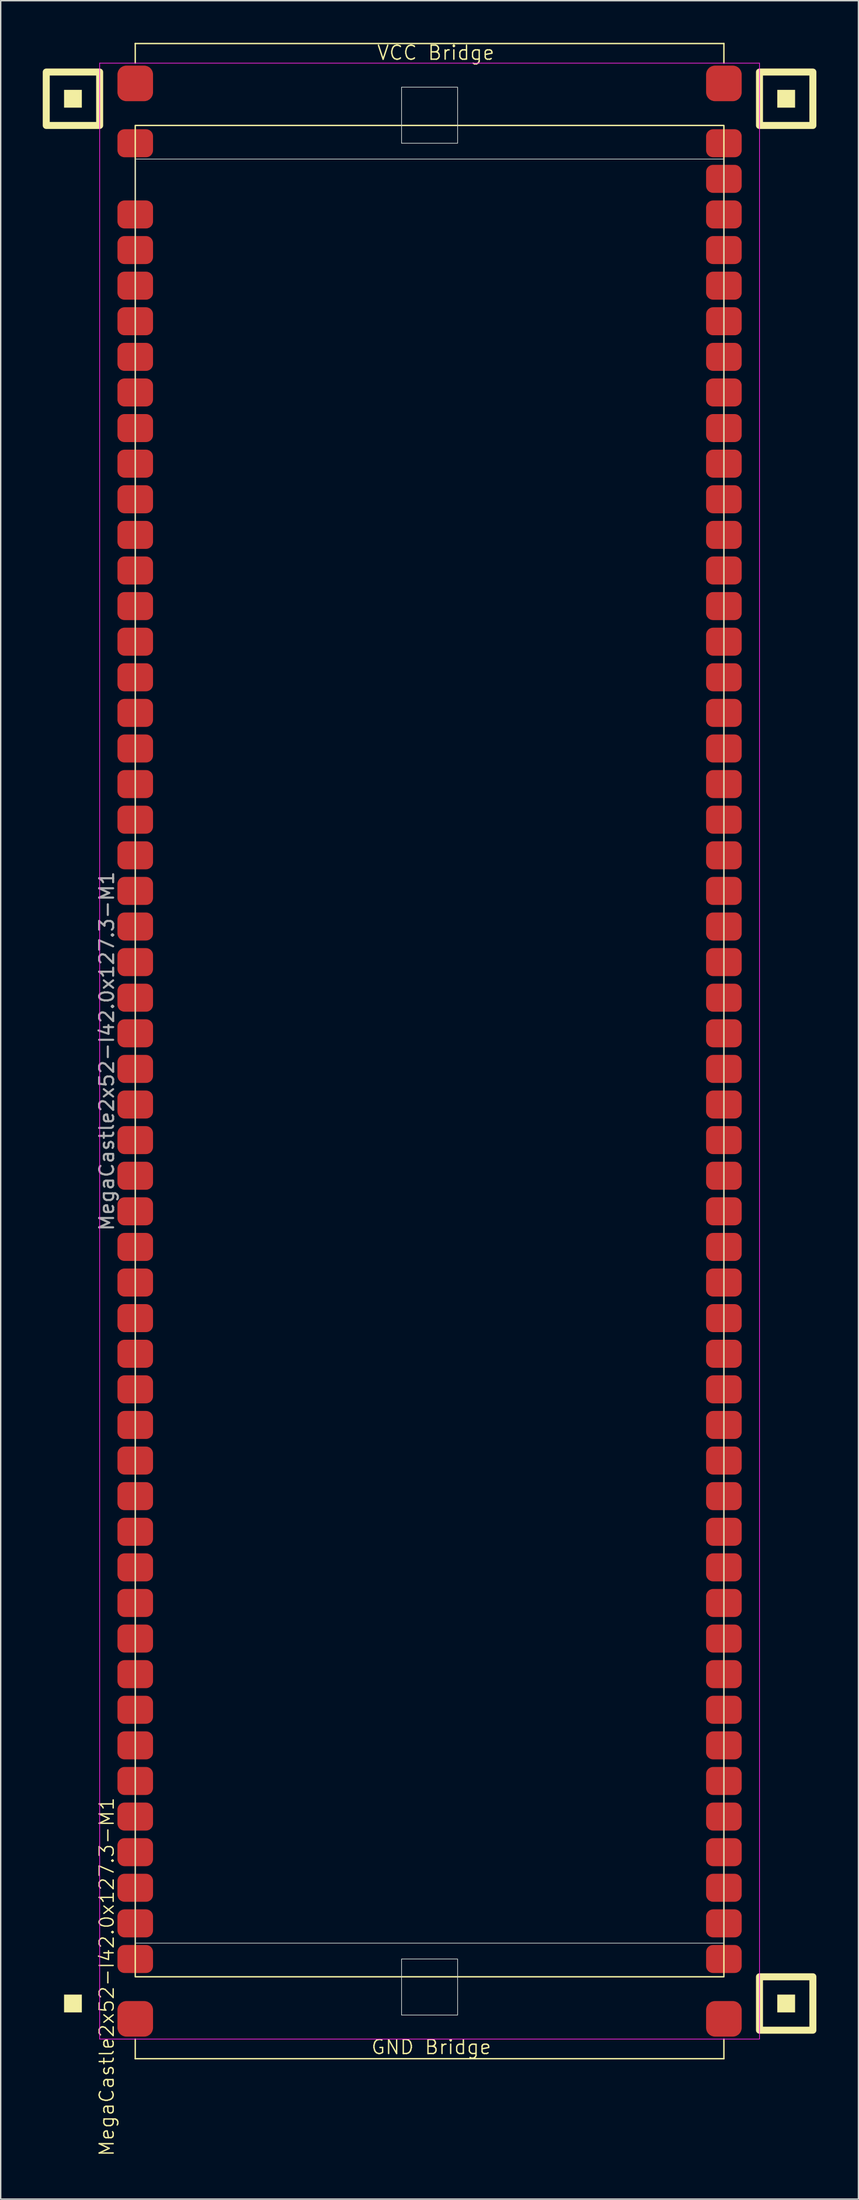
<source format=kicad_pcb>
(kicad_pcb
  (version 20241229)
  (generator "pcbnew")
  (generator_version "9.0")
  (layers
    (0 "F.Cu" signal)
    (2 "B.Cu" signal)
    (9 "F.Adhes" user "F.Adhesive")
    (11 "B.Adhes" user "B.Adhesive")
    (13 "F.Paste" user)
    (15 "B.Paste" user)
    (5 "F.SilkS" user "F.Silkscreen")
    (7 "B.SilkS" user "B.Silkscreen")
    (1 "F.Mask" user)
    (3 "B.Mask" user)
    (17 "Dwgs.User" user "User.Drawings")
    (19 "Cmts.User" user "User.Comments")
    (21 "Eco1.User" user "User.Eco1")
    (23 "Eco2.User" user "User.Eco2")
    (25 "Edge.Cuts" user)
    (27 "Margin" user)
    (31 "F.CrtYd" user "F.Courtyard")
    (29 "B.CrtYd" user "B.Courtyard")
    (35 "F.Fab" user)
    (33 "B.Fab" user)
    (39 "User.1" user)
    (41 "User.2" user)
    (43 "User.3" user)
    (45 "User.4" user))
  (footprint "MegaCastle2x52-I42.0x127.3-M1"
    (layer "F.Cu")
    (at 27.6 71.94)
    (property "Reference" "MegaCastle2x52-I42.0x127.3-M1" (at -23.032 66.04 90) (unlocked yes) (layer "F.SilkS") (effects (font (size 1 1) (thickness 0.1))))
    (attr smd)
    (fp_line (start -21 -71.885) (end 21 -71.885) (stroke (width 0.1) (type default)) (layer "F.SilkS"))
    (fp_line (start -21 -70.485) (end -21 -71.885) (stroke (width 0.1) (type default)) (layer "F.SilkS"))
    (fp_line (start -21 70.485) (end -21 71.885) (stroke (width 0.1) (type default)) (layer "F.SilkS"))
    (fp_line (start -21 71.885) (end 21 71.885) (stroke (width 0.1) (type default)) (layer "F.SilkS"))
    (fp_line (start 21 -70.485) (end 21 -71.885) (stroke (width 0.1) (type default)) (layer "F.SilkS"))
    (fp_line (start 21 70.485) (end 21 71.885) (stroke (width 0.1) (type default)) (layer "F.SilkS"))
    (fp_rect (start -24.81 -67.31) (end -26.08 -68.58) (stroke (width 0) (type solid)) (fill yes) (layer "F.SilkS"))
    (fp_rect (start -24.81 68.58) (end -26.08 67.31) (stroke (width 0) (type solid)) (fill yes) (layer "F.SilkS"))
    (fp_rect (start -23.54 -66.04) (end -27.35 -69.85) (stroke (width 0.5) (type default)) (fill no) (layer "F.SilkS"))
    (fp_rect (start -21 -66.04) (end 21 66.04) (stroke (width 0.1) (type default)) (fill no) (layer "F.SilkS"))
    (fp_rect (start 26.08 -67.31) (end 24.81 -68.58) (stroke (width 0) (type solid)) (fill yes) (layer "F.SilkS"))
    (fp_rect (start 26.08 68.58) (end 24.81 67.31) (stroke (width 0) (type solid)) (fill yes) (layer "F.SilkS"))
    (fp_rect (start 27.35 -66.04) (end 23.54 -69.85) (stroke (width 0.5) (type default)) (fill no) (layer "F.SilkS"))
    (fp_rect (start 27.35 69.85) (end 23.54 66.04) (stroke (width 0.5) (type default)) (fill no) (layer "F.SilkS"))
    (fp_rect (start -21 -63.64) (end 21 63.64) (stroke (width 0.05) (type default)) (fill no) (layer "Edge.Cuts"))
    (fp_rect (start -2 -64.77) (end 2 -68.77) (stroke (width 0.05) (type default)) (fill no) (layer "Edge.Cuts"))
    (fp_rect (start -2 64.77) (end 2 68.77) (stroke (width 0.05) (type default)) (fill no) (layer "Edge.Cuts"))
    (fp_line (start -23.54 -70.485) (end -23.54 70.485) (stroke (width 0.05) (type default)) (layer "F.CrtYd"))
    (fp_line (start -23.54 70.485) (end 23.54 70.485) (stroke (width 0.05) (type default)) (layer "F.CrtYd"))
    (fp_line (start 23.54 -70.485) (end -23.54 -70.485) (stroke (width 0.05) (type default)) (layer "F.CrtYd"))
    (fp_line (start 23.54 -70.485) (end 23.54 70.485) (stroke (width 0.05) (type default)) (layer "F.CrtYd"))
    (fp_text user "GND Bridge" (at -4.226 71.64 0) (unlocked yes) (layer "F.SilkS") (effects (font (size 1 1) (thickness 0.1)) (justify left bottom)))
    (fp_text user "VCC Bridge" (at -3.81 -70.64 0) (unlocked yes) (layer "F.SilkS") (effects (font (size 1 1) (thickness 0.1)) (justify left bottom)))
    (fp_text user "${REFERENCE}" (at -23.032 0 90) (unlocked yes) (layer "F.Fab") (effects (font (size 1 1) (thickness 0.15))))
    (pad "1" smd roundrect (at -21 -64.77) (size 2.54 2) (layers "F.Cu" "F.Mask" "F.Paste") (roundrect_rratio 0.25))
    (pad "3" smd roundrect (at -21 -59.69) (size 2.54 2) (layers "F.Cu" "F.Mask" "F.Paste") (roundrect_rratio 0.25))
    (pad "4" smd roundrect (at -21 -57.15) (size 2.54 2) (layers "F.Cu" "F.Mask" "F.Paste") (roundrect_rratio 0.25))
    (pad "5" smd roundrect (at -21 -54.61) (size 2.54 2) (layers "F.Cu" "F.Mask" "F.Paste") (roundrect_rratio 0.25))
    (pad "6" smd roundrect (at -21 -52.07) (size 2.54 2) (layers "F.Cu" "F.Mask" "F.Paste") (roundrect_rratio 0.25))
    (pad "7" smd roundrect (at -21 -49.53) (size 2.54 2) (layers "F.Cu" "F.Mask" "F.Paste") (roundrect_rratio 0.25))
    (pad "8" smd roundrect (at -21 -46.99) (size 2.54 2) (layers "F.Cu" "F.Mask" "F.Paste") (roundrect_rratio 0.25))
    (pad "9" smd roundrect (at -21 -44.45) (size 2.54 2) (layers "F.Cu" "F.Mask" "F.Paste") (roundrect_rratio 0.25))
    (pad "10" smd roundrect (at -21 -41.91) (size 2.54 2) (layers "F.Cu" "F.Mask" "F.Paste") (roundrect_rratio 0.25))
    (pad "11" smd roundrect (at -21 -39.37) (size 2.54 2) (layers "F.Cu" "F.Mask" "F.Paste") (roundrect_rratio 0.25))
    (pad "12" smd roundrect (at -21 -36.83) (size 2.54 2) (layers "F.Cu" "F.Mask" "F.Paste") (roundrect_rratio 0.25))
    (pad "13" smd roundrect (at -21 -34.29) (size 2.54 2) (layers "F.Cu" "F.Mask" "F.Paste") (roundrect_rratio 0.25))
    (pad "14" smd roundrect (at -21 -31.75) (size 2.54 2) (layers "F.Cu" "F.Mask" "F.Paste") (roundrect_rratio 0.25))
    (pad "15" smd roundrect (at -21 -29.21) (size 2.54 2) (layers "F.Cu" "F.Mask" "F.Paste") (roundrect_rratio 0.25))
    (pad "16" smd roundrect (at -21 -26.67) (size 2.54 2) (layers "F.Cu" "F.Mask" "F.Paste") (roundrect_rratio 0.25))
    (pad "17" smd roundrect (at -21 -24.13) (size 2.54 2) (layers "F.Cu" "F.Mask" "F.Paste") (roundrect_rratio 0.25))
    (pad "18" smd roundrect (at -21 -21.59) (size 2.54 2) (layers "F.Cu" "F.Mask" "F.Paste") (roundrect_rratio 0.25))
    (pad "19" smd roundrect (at -21 -19.05) (size 2.54 2) (layers "F.Cu" "F.Mask" "F.Paste") (roundrect_rratio 0.25))
    (pad "20" smd roundrect (at -21 -16.51) (size 2.54 2) (layers "F.Cu" "F.Mask" "F.Paste") (roundrect_rratio 0.25))
    (pad "21" smd roundrect (at -21 -13.97) (size 2.54 2) (layers "F.Cu" "F.Mask" "F.Paste") (roundrect_rratio 0.25))
    (pad "22" smd roundrect (at -21 -11.43) (size 2.54 2) (layers "F.Cu" "F.Mask" "F.Paste") (roundrect_rratio 0.25))
    (pad "23" smd roundrect (at -21 -8.89) (size 2.54 2) (layers "F.Cu" "F.Mask" "F.Paste") (roundrect_rratio 0.25))
    (pad "24" smd roundrect (at -21 -6.35) (size 2.54 2) (layers "F.Cu" "F.Mask" "F.Paste") (roundrect_rratio 0.25))
    (pad "25" smd roundrect (at -21 -3.81) (size 2.54 2) (layers "F.Cu" "F.Mask" "F.Paste") (roundrect_rratio 0.25))
    (pad "26" smd roundrect (at -21 -1.27) (size 2.54 2) (layers "F.Cu" "F.Mask" "F.Paste") (roundrect_rratio 0.25))
    (pad "27" smd roundrect (at -21 1.27) (size 2.54 2) (layers "F.Cu" "F.Mask" "F.Paste") (roundrect_rratio 0.25))
    (pad "28" smd roundrect (at -21 3.81) (size 2.54 2) (layers "F.Cu" "F.Mask" "F.Paste") (roundrect_rratio 0.25))
    (pad "29" smd roundrect (at -21 6.35) (size 2.54 2) (layers "F.Cu" "F.Mask" "F.Paste") (roundrect_rratio 0.25))
    (pad "30" smd roundrect (at -21 8.89) (size 2.54 2) (layers "F.Cu" "F.Mask" "F.Paste") (roundrect_rratio 0.25))
    (pad "31" smd roundrect (at -21 11.43) (size 2.54 2) (layers "F.Cu" "F.Mask" "F.Paste") (roundrect_rratio 0.25))
    (pad "32" smd roundrect (at -21 13.97) (size 2.54 2) (layers "F.Cu" "F.Mask" "F.Paste") (roundrect_rratio 0.25))
    (pad "33" smd roundrect (at -21 16.51) (size 2.54 2) (layers "F.Cu" "F.Mask" "F.Paste") (roundrect_rratio 0.25))
    (pad "34" smd roundrect (at -21 19.05) (size 2.54 2) (layers "F.Cu" "F.Mask" "F.Paste") (roundrect_rratio 0.25))
    (pad "35" smd roundrect (at -21 21.59) (size 2.54 2) (layers "F.Cu" "F.Mask" "F.Paste") (roundrect_rratio 0.25))
    (pad "36" smd roundrect (at -21 24.13) (size 2.54 2) (layers "F.Cu" "F.Mask" "F.Paste") (roundrect_rratio 0.25))
    (pad "37" smd roundrect (at -21 26.67) (size 2.54 2) (layers "F.Cu" "F.Mask" "F.Paste") (roundrect_rratio 0.25))
    (pad "38" smd roundrect (at -21 29.21) (size 2.54 2) (layers "F.Cu" "F.Mask" "F.Paste") (roundrect_rratio 0.25))
    (pad "39" smd roundrect (at -21 31.75) (size 2.54 2) (layers "F.Cu" "F.Mask" "F.Paste") (roundrect_rratio 0.25))
    (pad "40" smd roundrect (at -21 34.29) (size 2.54 2) (layers "F.Cu" "F.Mask" "F.Paste") (roundrect_rratio 0.25))
    (pad "41" smd roundrect (at -21 36.83) (size 2.54 2) (layers "F.Cu" "F.Mask" "F.Paste") (roundrect_rratio 0.25))
    (pad "42" smd roundrect (at -21 39.37) (size 2.54 2) (layers "F.Cu" "F.Mask" "F.Paste") (roundrect_rratio 0.25))
    (pad "43" smd roundrect (at -21 41.91) (size 2.54 2) (layers "F.Cu" "F.Mask" "F.Paste") (roundrect_rratio 0.25))
    (pad "44" smd roundrect (at -21 44.45) (size 2.54 2) (layers "F.Cu" "F.Mask" "F.Paste") (roundrect_rratio 0.25))
    (pad "45" smd roundrect (at -21 46.99) (size 2.54 2) (layers "F.Cu" "F.Mask" "F.Paste") (roundrect_rratio 0.25))
    (pad "46" smd roundrect (at -21 49.53) (size 2.54 2) (layers "F.Cu" "F.Mask" "F.Paste") (roundrect_rratio 0.25))
    (pad "47" smd roundrect (at -21 52.07) (size 2.54 2) (layers "F.Cu" "F.Mask" "F.Paste") (roundrect_rratio 0.25))
    (pad "48" smd roundrect (at -21 54.61) (size 2.54 2) (layers "F.Cu" "F.Mask" "F.Paste") (roundrect_rratio 0.25))
    (pad "49" smd roundrect (at -21 57.15) (size 2.54 2) (layers "F.Cu" "F.Mask" "F.Paste") (roundrect_rratio 0.25))
    (pad "50" smd roundrect (at -21 59.69) (size 2.54 2) (layers "F.Cu" "F.Mask" "F.Paste") (roundrect_rratio 0.25))
    (pad "51" smd roundrect (at -21 62.23) (size 2.54 2) (layers "F.Cu" "F.Mask" "F.Paste") (roundrect_rratio 0.25))
    (pad "52" smd roundrect (at -21 64.77) (size 2.54 2) (layers "F.Cu" "F.Mask" "F.Paste") (roundrect_rratio 0.25))
    (pad "53" smd roundrect (at 21 -64.77) (size 2.54 2) (layers "F.Cu" "F.Mask" "F.Paste") (roundrect_rratio 0.25))
    (pad "54" smd roundrect (at 21 -62.23) (size 2.54 2) (layers "F.Cu" "F.Mask" "F.Paste") (roundrect_rratio 0.25))
    (pad "55" smd roundrect (at 21 -59.69) (size 2.54 2) (layers "F.Cu" "F.Mask" "F.Paste") (roundrect_rratio 0.25))
    (pad "56" smd roundrect (at 21 -57.15) (size 2.54 2) (layers "F.Cu" "F.Mask" "F.Paste") (roundrect_rratio 0.25))
    (pad "57" smd roundrect (at 21 -54.61) (size 2.54 2) (layers "F.Cu" "F.Mask" "F.Paste") (roundrect_rratio 0.25))
    (pad "58" smd roundrect (at 21 -52.07) (size 2.54 2) (layers "F.Cu" "F.Mask" "F.Paste") (roundrect_rratio 0.25))
    (pad "59" smd roundrect (at 21 -49.53) (size 2.54 2) (layers "F.Cu" "F.Mask" "F.Paste") (roundrect_rratio 0.25))
    (pad "60" smd roundrect (at 21 -46.99) (size 2.54 2) (layers "F.Cu" "F.Mask" "F.Paste") (roundrect_rratio 0.25))
    (pad "61" smd roundrect (at 21 -44.45) (size 2.54 2) (layers "F.Cu" "F.Mask" "F.Paste") (roundrect_rratio 0.25))
    (pad "62" smd roundrect (at 21 -41.91) (size 2.54 2) (layers "F.Cu" "F.Mask" "F.Paste") (roundrect_rratio 0.25))
    (pad "63" smd roundrect (at 21 -39.37) (size 2.54 2) (layers "F.Cu" "F.Mask" "F.Paste") (roundrect_rratio 0.25))
    (pad "64" smd roundrect (at 21 -36.83) (size 2.54 2) (layers "F.Cu" "F.Mask" "F.Paste") (roundrect_rratio 0.25))
    (pad "65" smd roundrect (at 21 -34.29) (size 2.54 2) (layers "F.Cu" "F.Mask" "F.Paste") (roundrect_rratio 0.25))
    (pad "66" smd roundrect (at 21 -31.75) (size 2.54 2) (layers "F.Cu" "F.Mask" "F.Paste") (roundrect_rratio 0.25))
    (pad "67" smd roundrect (at 21 -29.21) (size 2.54 2) (layers "F.Cu" "F.Mask" "F.Paste") (roundrect_rratio 0.25))
    (pad "68" smd roundrect (at 21 -26.67) (size 2.54 2) (layers "F.Cu" "F.Mask" "F.Paste") (roundrect_rratio 0.25))
    (pad "69" smd roundrect (at 21 -24.13) (size 2.54 2) (layers "F.Cu" "F.Mask" "F.Paste") (roundrect_rratio 0.25))
    (pad "70" smd roundrect (at 21 -21.59) (size 2.54 2) (layers "F.Cu" "F.Mask" "F.Paste") (roundrect_rratio 0.25))
    (pad "71" smd roundrect (at 21 -19.05) (size 2.54 2) (layers "F.Cu" "F.Mask" "F.Paste") (roundrect_rratio 0.25))
    (pad "72" smd roundrect (at 21 -16.51) (size 2.54 2) (layers "F.Cu" "F.Mask" "F.Paste") (roundrect_rratio 0.25))
    (pad "73" smd roundrect (at 21 -13.97) (size 2.54 2) (layers "F.Cu" "F.Mask" "F.Paste") (roundrect_rratio 0.25))
    (pad "74" smd roundrect (at 21 -11.43) (size 2.54 2) (layers "F.Cu" "F.Mask" "F.Paste") (roundrect_rratio 0.25))
    (pad "75" smd roundrect (at 21 -8.89) (size 2.54 2) (layers "F.Cu" "F.Mask" "F.Paste") (roundrect_rratio 0.25))
    (pad "76" smd roundrect (at 21 -6.35) (size 2.54 2) (layers "F.Cu" "F.Mask" "F.Paste") (roundrect_rratio 0.25))
    (pad "77" smd roundrect (at 21 -3.81) (size 2.54 2) (layers "F.Cu" "F.Mask" "F.Paste") (roundrect_rratio 0.25))
    (pad "78" smd roundrect (at 21 -1.27) (size 2.54 2) (layers "F.Cu" "F.Mask" "F.Paste") (roundrect_rratio 0.25))
    (pad "79" smd roundrect (at 21 1.27) (size 2.54 2) (layers "F.Cu" "F.Mask" "F.Paste") (roundrect_rratio 0.25))
    (pad "80" smd roundrect (at 21 3.81) (size 2.54 2) (layers "F.Cu" "F.Mask" "F.Paste") (roundrect_rratio 0.25))
    (pad "81" smd roundrect (at 21 6.35) (size 2.54 2) (layers "F.Cu" "F.Mask" "F.Paste") (roundrect_rratio 0.25))
    (pad "82" smd roundrect (at 21 8.89) (size 2.54 2) (layers "F.Cu" "F.Mask" "F.Paste") (roundrect_rratio 0.25))
    (pad "83" smd roundrect (at 21 11.43) (size 2.54 2) (layers "F.Cu" "F.Mask" "F.Paste") (roundrect_rratio 0.25))
    (pad "84" smd roundrect (at 21 13.97) (size 2.54 2) (layers "F.Cu" "F.Mask" "F.Paste") (roundrect_rratio 0.25))
    (pad "85" smd roundrect (at 21 16.51) (size 2.54 2) (layers "F.Cu" "F.Mask" "F.Paste") (roundrect_rratio 0.25))
    (pad "86" smd roundrect (at 21 19.05) (size 2.54 2) (layers "F.Cu" "F.Mask" "F.Paste") (roundrect_rratio 0.25))
    (pad "87" smd roundrect (at 21 21.59) (size 2.54 2) (layers "F.Cu" "F.Mask" "F.Paste") (roundrect_rratio 0.25))
    (pad "88" smd roundrect (at 21 24.13) (size 2.54 2) (layers "F.Cu" "F.Mask" "F.Paste") (roundrect_rratio 0.25))
    (pad "89" smd roundrect (at 21 26.67) (size 2.54 2) (layers "F.Cu" "F.Mask" "F.Paste") (roundrect_rratio 0.25))
    (pad "90" smd roundrect (at 21 29.21) (size 2.54 2) (layers "F.Cu" "F.Mask" "F.Paste") (roundrect_rratio 0.25))
    (pad "91" smd roundrect (at 21 31.75) (size 2.54 2) (layers "F.Cu" "F.Mask" "F.Paste") (roundrect_rratio 0.25))
    (pad "92" smd roundrect (at 21 34.29) (size 2.54 2) (layers "F.Cu" "F.Mask" "F.Paste") (roundrect_rratio 0.25))
    (pad "93" smd roundrect (at 21 36.83) (size 2.54 2) (layers "F.Cu" "F.Mask" "F.Paste") (roundrect_rratio 0.25))
    (pad "94" smd roundrect (at 21 39.37) (size 2.54 2) (layers "F.Cu" "F.Mask" "F.Paste") (roundrect_rratio 0.25))
    (pad "95" smd roundrect (at 21 41.91) (size 2.54 2) (layers "F.Cu" "F.Mask" "F.Paste") (roundrect_rratio 0.25))
    (pad "96" smd roundrect (at 21 44.45) (size 2.54 2) (layers "F.Cu" "F.Mask" "F.Paste") (roundrect_rratio 0.25))
    (pad "97" smd roundrect (at 21 46.99) (size 2.54 2) (layers "F.Cu" "F.Mask" "F.Paste") (roundrect_rratio 0.25))
    (pad "98" smd roundrect (at 21 49.53) (size 2.54 2) (layers "F.Cu" "F.Mask" "F.Paste") (roundrect_rratio 0.25))
    (pad "99" smd roundrect (at 21 52.07) (size 2.54 2) (layers "F.Cu" "F.Mask" "F.Paste") (roundrect_rratio 0.25))
    (pad "100" smd roundrect (at 21 54.61) (size 2.54 2) (layers "F.Cu" "F.Mask" "F.Paste") (roundrect_rratio 0.25))
    (pad "101" smd roundrect (at 21 57.15) (size 2.54 2) (layers "F.Cu" "F.Mask" "F.Paste") (roundrect_rratio 0.25))
    (pad "102" smd roundrect (at 21 59.69) (size 2.54 2) (layers "F.Cu" "F.Mask" "F.Paste") (roundrect_rratio 0.25))
    (pad "103" smd roundrect (at 21 62.23) (size 2.54 2) (layers "F.Cu" "F.Mask" "F.Paste") (roundrect_rratio 0.25))
    (pad "104" smd roundrect (at 21 64.77) (size 2.54 2) (layers "F.Cu" "F.Mask" "F.Paste") (roundrect_rratio 0.25))
    (pad "A1" smd roundrect (at -21 -69.04) (size 2.54 2.54) (layers "F.Cu" "F.Mask" "F.Paste") (roundrect_rratio 0.25))
    (pad "A2" smd roundrect (at 21 -69.04) (size 2.54 2.54) (layers "F.Cu" "F.Mask" "F.Paste") (roundrect_rratio 0.25))
    (pad "B1" smd roundrect (at -21 69.04) (size 2.54 2.54) (layers "F.Cu" "F.Mask" "F.Paste") (roundrect_rratio 0.25))
    (pad "B2" smd roundrect (at 21 69.04) (size 2.54 2.54) (layers "F.Cu" "F.Mask" "F.Paste") (roundrect_rratio 0.25)))
  (gr_rect
    (start -3 -3)
    (end 58.2 153.84)
    (stroke (width 0.1) (type default))
    (fill no)
    (layer "Edge.Cuts")))
</source>
